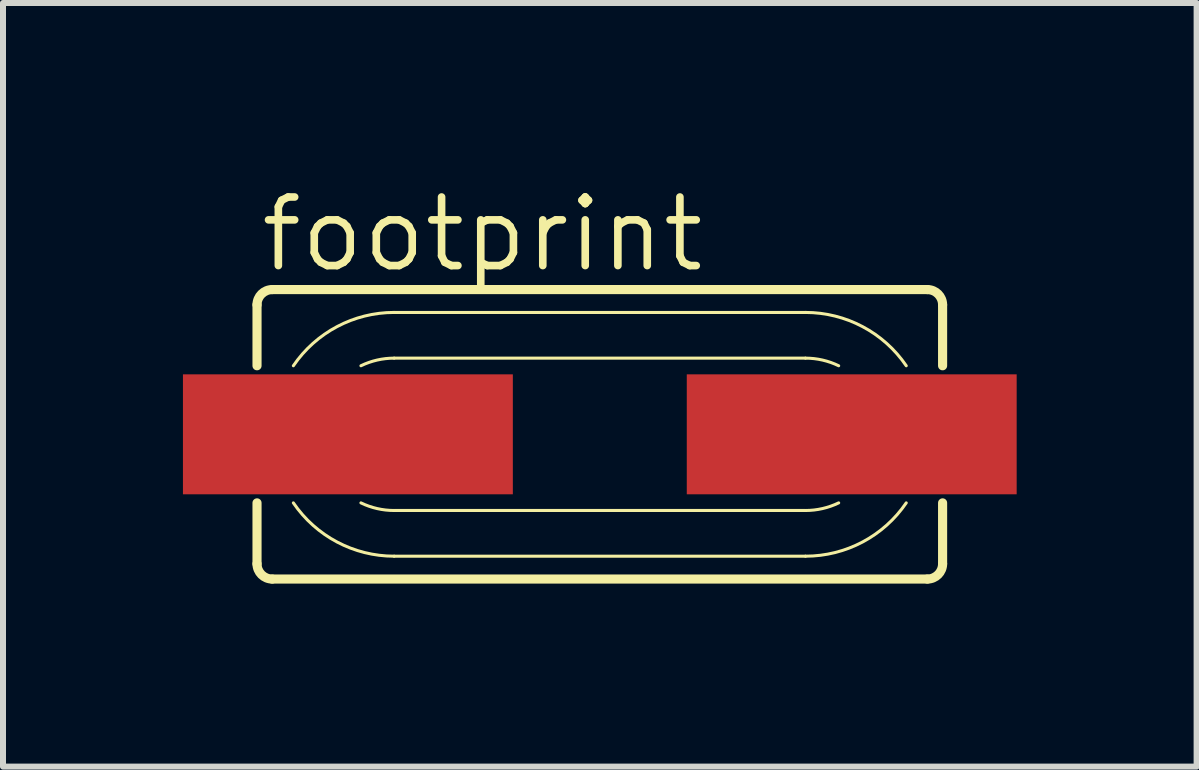
<source format=kicad_pcb>
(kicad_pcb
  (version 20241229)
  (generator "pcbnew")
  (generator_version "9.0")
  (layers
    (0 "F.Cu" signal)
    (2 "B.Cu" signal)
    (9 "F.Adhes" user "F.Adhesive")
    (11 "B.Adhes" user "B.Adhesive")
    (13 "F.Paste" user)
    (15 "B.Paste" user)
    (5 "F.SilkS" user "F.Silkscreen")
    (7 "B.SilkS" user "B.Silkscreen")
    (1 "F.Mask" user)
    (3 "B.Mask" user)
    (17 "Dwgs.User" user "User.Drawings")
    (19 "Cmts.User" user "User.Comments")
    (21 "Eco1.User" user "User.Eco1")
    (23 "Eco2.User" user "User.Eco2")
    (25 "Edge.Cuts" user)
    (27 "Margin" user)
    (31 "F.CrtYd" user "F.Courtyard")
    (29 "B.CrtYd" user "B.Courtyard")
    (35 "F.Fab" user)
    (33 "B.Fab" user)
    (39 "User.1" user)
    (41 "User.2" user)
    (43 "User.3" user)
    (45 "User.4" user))
  (footprint "footprint"
    (layer "F.Cu")
    (at 6.95 4.191)
    (property "Reference" "footprint" (at -5.715 -2.667 0) (layer "F.SilkS") (effects (font (size 1.143 1.143) (thickness 0.127)) (justify left bottom)))
    (fp_line (start -5.715 -2.159) (end -5.715 -1.143) (stroke (width 0.152) (type solid)) (layer "F.SilkS"))
    (fp_line (start -5.715 1.143) (end -5.715 2.159) (stroke (width 0.152) (type solid)) (layer "F.SilkS"))
    (fp_line (start -5.461 -2.413) (end 5.461 -2.413) (stroke (width 0.152) (type solid)) (layer "F.SilkS"))
    (fp_line (start -5.461 2.413) (end 5.461 2.413) (stroke (width 0.152) (type solid)) (layer "F.SilkS"))
    (fp_line (start -3.429 -2.032) (end 3.429 -2.032) (stroke (width 0.051) (type solid)) (layer "F.SilkS"))
    (fp_line (start -3.429 -1.27) (end 3.429 -1.27) (stroke (width 0.051) (type solid)) (layer "F.SilkS"))
    (fp_line (start 3.429 1.27) (end -3.429 1.27) (stroke (width 0.051) (type solid)) (layer "F.SilkS"))
    (fp_line (start 3.429 2.032) (end -3.429 2.032) (stroke (width 0.051) (type solid)) (layer "F.SilkS"))
    (fp_line (start 5.715 -2.159) (end 5.715 -1.143) (stroke (width 0.152) (type solid)) (layer "F.SilkS"))
    (fp_line (start 5.715 1.143) (end 5.715 2.159) (stroke (width 0.152) (type solid)) (layer "F.SilkS"))
    (fp_arc (start -5.715 -2.159) (mid -5.640605 -2.338605) (end -5.461 -2.413) (stroke (width 0.1524) (type solid)) (layer "F.SilkS"))
    (fp_arc (start -5.461 2.413) (mid -5.640605 2.338605) (end -5.715 2.159) (stroke (width 0.1524) (type solid)) (layer "F.SilkS"))
    (fp_arc (start -5.1091 -1.143) (mid -4.379417 -1.796107) (end -3.429 -2.032101) (stroke (width 0.0508) (type solid)) (layer "F.SilkS"))
    (fp_arc (start -3.9826 -1.143) (mid -3.712991 -1.237845) (end -3.429 -1.27) (stroke (width 0.0508) (type solid)) (layer "F.SilkS"))
    (fp_arc (start -3.429 1.27) (mid -3.712991 1.237845) (end -3.9826 1.143) (stroke (width 0.0508) (type solid)) (layer "F.SilkS"))
    (fp_arc (start -3.429 2.032001) (mid -4.379408 1.796063) (end -5.1091 1.143) (stroke (width 0.0508) (type solid)) (layer "F.SilkS"))
    (fp_arc (start 3.429 -2.032) (mid 4.379408 -1.796062) (end 5.1091 -1.142999) (stroke (width 0.0508) (type solid)) (layer "F.SilkS"))
    (fp_arc (start 3.429 -1.27) (mid 3.712991 -1.237845) (end 3.9826 -1.143) (stroke (width 0.0508) (type solid)) (layer "F.SilkS"))
    (fp_arc (start 3.9826 1.143) (mid 3.712991 1.237845) (end 3.429 1.27) (stroke (width 0.0508) (type solid)) (layer "F.SilkS"))
    (fp_arc (start 5.109 1.142899) (mid 4.379368 1.795994) (end 3.429 2.032) (stroke (width 0.0508) (type solid)) (layer "F.SilkS"))
    (fp_arc (start 5.461 -2.413) (mid 5.640605 -2.338605) (end 5.715 -2.159) (stroke (width 0.1524) (type solid)) (layer "F.SilkS"))
    (fp_arc (start 5.715 2.159) (mid 5.640605 2.338605) (end 5.461 2.413) (stroke (width 0.1524) (type solid)) (layer "F.SilkS"))
    (pad "1" smd rect (at -4.2 0) (size 5.5 2) (layers "F.Cu" "F.Mask" "F.Paste"))
    (pad "2" smd rect (at 4.2 0) (size 5.5 2) (layers "F.Cu" "F.Mask" "F.Paste"))
    (zone (net_name "") (layers "F.Cu" "B.Cu") (hatch edge 0.508) (connect_pads) (min_thickness 0.254) (filled_areas_thickness no) (keepout (tracks allowed) (vias not_allowed) (pads allowed) (copperpour allowed) (footprints allowed)) (placement (enabled no)) (fill) (polygon (pts (xy 0.346 6.731) (xy 13.554 6.731) (xy 13.554 1.397) (xy 0.346 1.397)))))
  (gr_rect
    (start -3 -3)
    (end 16.9 9.731)
    (stroke (width 0.1) (type default))
    (fill no)
    (layer "Edge.Cuts")))
</source>
